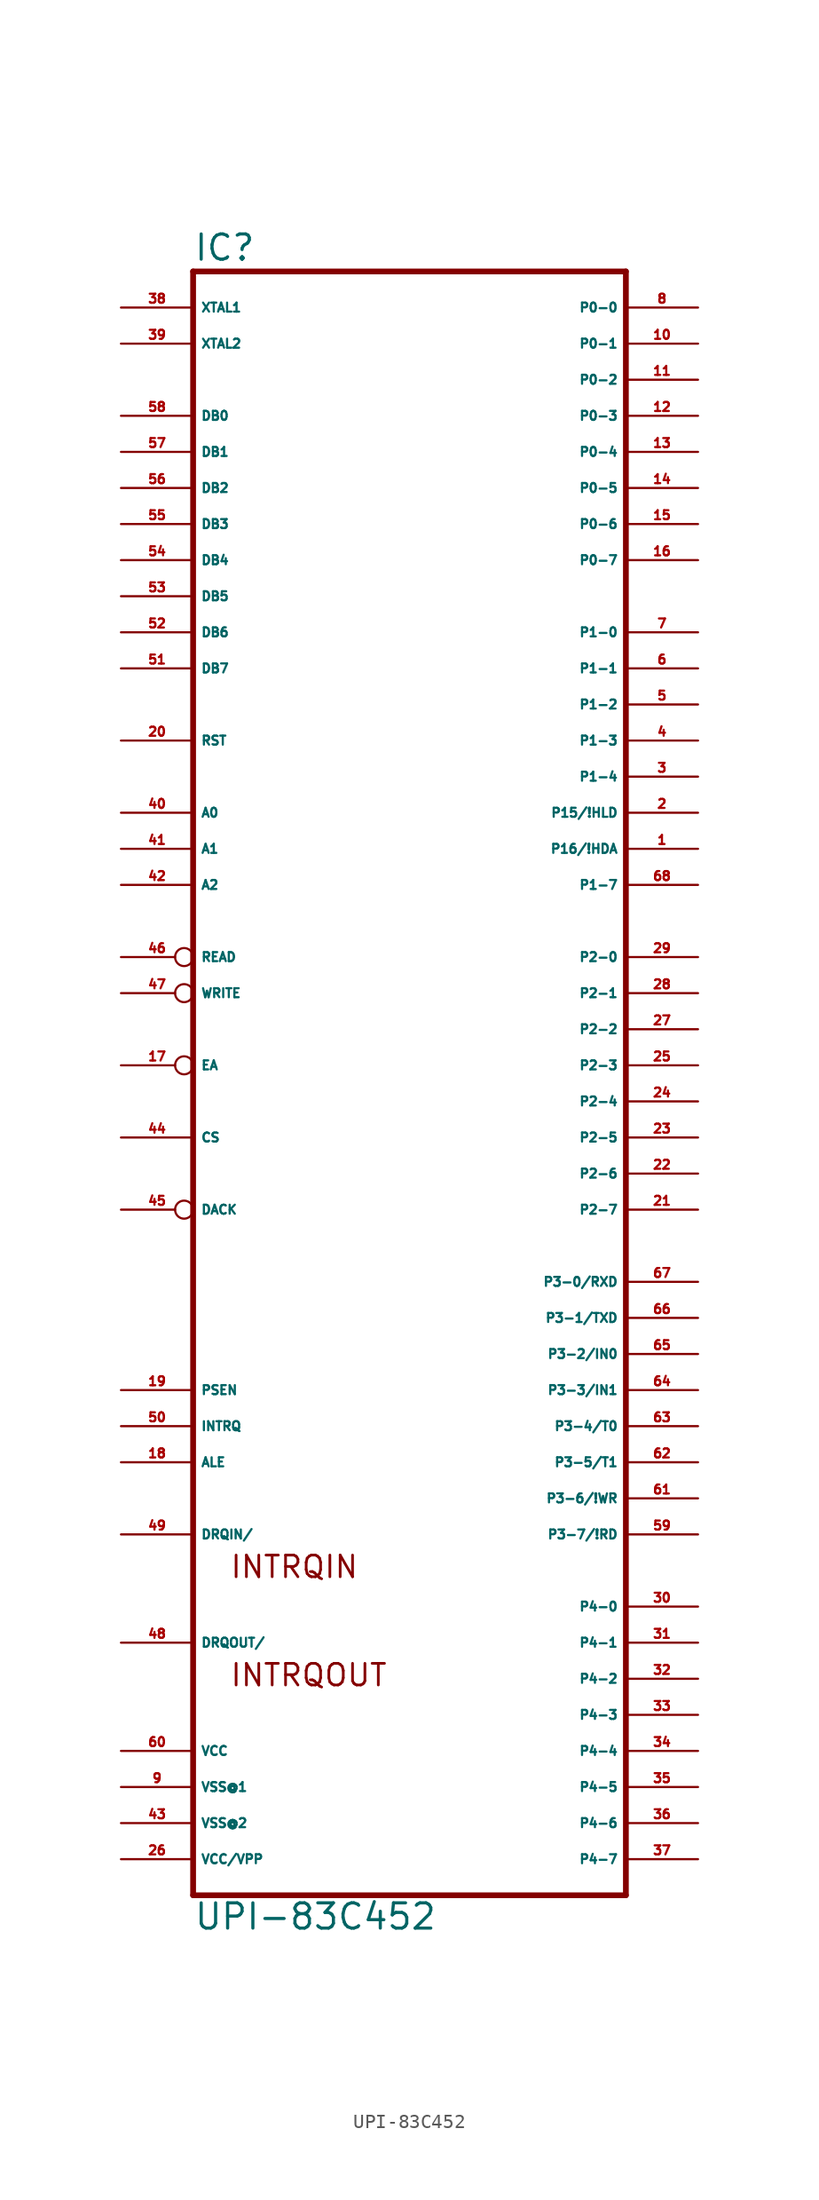
<source format=kicad_sym>
(kicad_symbol_lib
  (version 20220914)
  (generator Eagle2Kicad)
  (symbol "UPI-83C452"
    (property "Reference" "IC"
      (at -15.24 53.975 0)
      (effects (font (size 1.778 1.778) (thickness 0.22)) (justify left bottom)))
    (property "Value" "UPI-83C452"
      (at -15.24 -63.5 0)
      (effects (font (size 1.778 1.778) (thickness 0.22)) (justify left bottom)))
    (polyline
      (pts (xy -15.24 -60.96) (xy 15.24 -60.96))
      (stroke (width 0.406) (type default))
      (fill (type none)))
    (polyline
      (pts (xy 15.24 53.34) (xy 15.24 -60.96))
      (stroke (width 0.406) (type default))
      (fill (type none)))
    (polyline
      (pts (xy 15.24 53.34) (xy -15.24 53.34))
      (stroke (width 0.406) (type default))
      (fill (type none)))
    (polyline
      (pts (xy -15.24 -60.96) (xy -15.24 53.34))
      (stroke (width 0.406) (type default))
      (fill (type none)))
    (text "INTRQIN"
      (at -12.7 -38.735 0)
      (effects (font (size 1.524 1.524) (thickness 0.19)) (justify left bottom)))
    (text "INTRQOUT"
      (at -12.7 -46.355 0)
      (effects (font (size 1.524 1.524) (thickness 0.19)) (justify left bottom)))
    (pin input line
      (at -20.32 50.8 0)
      (length 5.08)
      (name "XTAL1" (effects (font (size 0.635 0.635) (thickness 0.08)) (justify left bottom)))
      (number "38" (effects (font (size 0.635 0.635) (thickness 0.08)) (justify left bottom))))
    (pin output line
      (at -20.32 48.26 0)
      (length 5.08)
      (name "XTAL2" (effects (font (size 0.635 0.635) (thickness 0.08)) (justify left bottom)))
      (number "39" (effects (font (size 0.635 0.635) (thickness 0.08)) (justify left bottom))))
    (pin bidirectional line
      (at -20.32 43.18 0)
      (length 5.08)
      (name "DB0" (effects (font (size 0.635 0.635) (thickness 0.08)) (justify left bottom)))
      (number "58" (effects (font (size 0.635 0.635) (thickness 0.08)) (justify left bottom))))
    (pin bidirectional line
      (at -20.32 40.64 0)
      (length 5.08)
      (name "DB1" (effects (font (size 0.635 0.635) (thickness 0.08)) (justify left bottom)))
      (number "57" (effects (font (size 0.635 0.635) (thickness 0.08)) (justify left bottom))))
    (pin bidirectional line
      (at -20.32 38.1 0)
      (length 5.08)
      (name "DB2" (effects (font (size 0.635 0.635) (thickness 0.08)) (justify left bottom)))
      (number "56" (effects (font (size 0.635 0.635) (thickness 0.08)) (justify left bottom))))
    (pin bidirectional line
      (at -20.32 35.56 0)
      (length 5.08)
      (name "DB3" (effects (font (size 0.635 0.635) (thickness 0.08)) (justify left bottom)))
      (number "55" (effects (font (size 0.635 0.635) (thickness 0.08)) (justify left bottom))))
    (pin bidirectional line
      (at -20.32 33.02 0)
      (length 5.08)
      (name "DB4" (effects (font (size 0.635 0.635) (thickness 0.08)) (justify left bottom)))
      (number "54" (effects (font (size 0.635 0.635) (thickness 0.08)) (justify left bottom))))
    (pin bidirectional line
      (at -20.32 30.48 0)
      (length 5.08)
      (name "DB5" (effects (font (size 0.635 0.635) (thickness 0.08)) (justify left bottom)))
      (number "53" (effects (font (size 0.635 0.635) (thickness 0.08)) (justify left bottom))))
    (pin bidirectional line
      (at -20.32 27.94 0)
      (length 5.08)
      (name "DB6" (effects (font (size 0.635 0.635) (thickness 0.08)) (justify left bottom)))
      (number "52" (effects (font (size 0.635 0.635) (thickness 0.08)) (justify left bottom))))
    (pin bidirectional line
      (at -20.32 25.4 0)
      (length 5.08)
      (name "DB7" (effects (font (size 0.635 0.635) (thickness 0.08)) (justify left bottom)))
      (number "51" (effects (font (size 0.635 0.635) (thickness 0.08)) (justify left bottom))))
    (pin input line
      (at -20.32 20.32 0)
      (length 5.08)
      (name "RST" (effects (font (size 0.635 0.635) (thickness 0.08)) (justify left bottom)))
      (number "20" (effects (font (size 0.635 0.635) (thickness 0.08)) (justify left bottom))))
    (pin input line
      (at -20.32 15.24 0)
      (length 5.08)
      (name "A0" (effects (font (size 0.635 0.635) (thickness 0.08)) (justify left bottom)))
      (number "40" (effects (font (size 0.635 0.635) (thickness 0.08)) (justify left bottom))))
    (pin input line
      (at -20.32 12.7 0)
      (length 5.08)
      (name "A1" (effects (font (size 0.635 0.635) (thickness 0.08)) (justify left bottom)))
      (number "41" (effects (font (size 0.635 0.635) (thickness 0.08)) (justify left bottom))))
    (pin input line
      (at -20.32 10.16 0)
      (length 5.08)
      (name "A2" (effects (font (size 0.635 0.635) (thickness 0.08)) (justify left bottom)))
      (number "42" (effects (font (size 0.635 0.635) (thickness 0.08)) (justify left bottom))))
    (pin input inverted
      (at -20.32 5.08 0)
      (length 5.08)
      (name "READ" (effects (font (size 0.635 0.635) (thickness 0.08)) (justify left bottom)))
      (number "46" (effects (font (size 0.635 0.635) (thickness 0.08)) (justify left bottom))))
    (pin input inverted
      (at -20.32 2.54 0)
      (length 5.08)
      (name "WRITE" (effects (font (size 0.635 0.635) (thickness 0.08)) (justify left bottom)))
      (number "47" (effects (font (size 0.635 0.635) (thickness 0.08)) (justify left bottom))))
    (pin input inverted
      (at -20.32 -2.54 0)
      (length 5.08)
      (name "EA" (effects (font (size 0.635 0.635) (thickness 0.08)) (justify left bottom)))
      (number "17" (effects (font (size 0.635 0.635) (thickness 0.08)) (justify left bottom))))
    (pin input line
      (at -20.32 -7.62 0)
      (length 5.08)
      (name "CS" (effects (font (size 0.635 0.635) (thickness 0.08)) (justify left bottom)))
      (number "44" (effects (font (size 0.635 0.635) (thickness 0.08)) (justify left bottom))))
    (pin bidirectional line
      (at 20.32 50.8 180)
      (length 5.08)
      (name "P0-0" (effects (font (size 0.635 0.635) (thickness 0.08)) (justify left bottom)))
      (number "8" (effects (font (size 0.635 0.635) (thickness 0.08)) (justify left bottom))))
    (pin bidirectional line
      (at 20.32 48.26 180)
      (length 5.08)
      (name "P0-1" (effects (font (size 0.635 0.635) (thickness 0.08)) (justify left bottom)))
      (number "10" (effects (font (size 0.635 0.635) (thickness 0.08)) (justify left bottom))))
    (pin bidirectional line
      (at 20.32 45.72 180)
      (length 5.08)
      (name "P0-2" (effects (font (size 0.635 0.635) (thickness 0.08)) (justify left bottom)))
      (number "11" (effects (font (size 0.635 0.635) (thickness 0.08)) (justify left bottom))))
    (pin bidirectional line
      (at 20.32 43.18 180)
      (length 5.08)
      (name "P0-3" (effects (font (size 0.635 0.635) (thickness 0.08)) (justify left bottom)))
      (number "12" (effects (font (size 0.635 0.635) (thickness 0.08)) (justify left bottom))))
    (pin bidirectional line
      (at 20.32 40.64 180)
      (length 5.08)
      (name "P0-4" (effects (font (size 0.635 0.635) (thickness 0.08)) (justify left bottom)))
      (number "13" (effects (font (size 0.635 0.635) (thickness 0.08)) (justify left bottom))))
    (pin bidirectional line
      (at 20.32 38.1 180)
      (length 5.08)
      (name "P0-5" (effects (font (size 0.635 0.635) (thickness 0.08)) (justify left bottom)))
      (number "14" (effects (font (size 0.635 0.635) (thickness 0.08)) (justify left bottom))))
    (pin bidirectional line
      (at 20.32 35.56 180)
      (length 5.08)
      (name "P0-6" (effects (font (size 0.635 0.635) (thickness 0.08)) (justify left bottom)))
      (number "15" (effects (font (size 0.635 0.635) (thickness 0.08)) (justify left bottom))))
    (pin bidirectional line
      (at 20.32 33.02 180)
      (length 5.08)
      (name "P0-7" (effects (font (size 0.635 0.635) (thickness 0.08)) (justify left bottom)))
      (number "16" (effects (font (size 0.635 0.635) (thickness 0.08)) (justify left bottom))))
    (pin bidirectional line
      (at 20.32 27.94 180)
      (length 5.08)
      (name "P1-0" (effects (font (size 0.635 0.635) (thickness 0.08)) (justify left bottom)))
      (number "7" (effects (font (size 0.635 0.635) (thickness 0.08)) (justify left bottom))))
    (pin bidirectional line
      (at 20.32 25.4 180)
      (length 5.08)
      (name "P1-1" (effects (font (size 0.635 0.635) (thickness 0.08)) (justify left bottom)))
      (number "6" (effects (font (size 0.635 0.635) (thickness 0.08)) (justify left bottom))))
    (pin bidirectional line
      (at 20.32 22.86 180)
      (length 5.08)
      (name "P1-2" (effects (font (size 0.635 0.635) (thickness 0.08)) (justify left bottom)))
      (number "5" (effects (font (size 0.635 0.635) (thickness 0.08)) (justify left bottom))))
    (pin bidirectional line
      (at 20.32 20.32 180)
      (length 5.08)
      (name "P1-3" (effects (font (size 0.635 0.635) (thickness 0.08)) (justify left bottom)))
      (number "4" (effects (font (size 0.635 0.635) (thickness 0.08)) (justify left bottom))))
    (pin bidirectional line
      (at 20.32 17.78 180)
      (length 5.08)
      (name "P1-4" (effects (font (size 0.635 0.635) (thickness 0.08)) (justify left bottom)))
      (number "3" (effects (font (size 0.635 0.635) (thickness 0.08)) (justify left bottom))))
    (pin bidirectional line
      (at 20.32 15.24 180)
      (length 5.08)
      (name "P15/!HLD" (effects (font (size 0.635 0.635) (thickness 0.08)) (justify left bottom)))
      (number "2" (effects (font (size 0.635 0.635) (thickness 0.08)) (justify left bottom))))
    (pin bidirectional line
      (at 20.32 12.7 180)
      (length 5.08)
      (name "P16/!HDA" (effects (font (size 0.635 0.635) (thickness 0.08)) (justify left bottom)))
      (number "1" (effects (font (size 0.635 0.635) (thickness 0.08)) (justify left bottom))))
    (pin bidirectional line
      (at 20.32 10.16 180)
      (length 5.08)
      (name "P1-7" (effects (font (size 0.635 0.635) (thickness 0.08)) (justify left bottom)))
      (number "68" (effects (font (size 0.635 0.635) (thickness 0.08)) (justify left bottom))))
    (pin bidirectional line
      (at 20.32 5.08 180)
      (length 5.08)
      (name "P2-0" (effects (font (size 0.635 0.635) (thickness 0.08)) (justify left bottom)))
      (number "29" (effects (font (size 0.635 0.635) (thickness 0.08)) (justify left bottom))))
    (pin bidirectional line
      (at 20.32 2.54 180)
      (length 5.08)
      (name "P2-1" (effects (font (size 0.635 0.635) (thickness 0.08)) (justify left bottom)))
      (number "28" (effects (font (size 0.635 0.635) (thickness 0.08)) (justify left bottom))))
    (pin bidirectional line
      (at 20.32 0 180)
      (length 5.08)
      (name "P2-2" (effects (font (size 0.635 0.635) (thickness 0.08)) (justify left bottom)))
      (number "27" (effects (font (size 0.635 0.635) (thickness 0.08)) (justify left bottom))))
    (pin bidirectional line
      (at 20.32 -2.54 180)
      (length 5.08)
      (name "P2-3" (effects (font (size 0.635 0.635) (thickness 0.08)) (justify left bottom)))
      (number "25" (effects (font (size 0.635 0.635) (thickness 0.08)) (justify left bottom))))
    (pin bidirectional line
      (at 20.32 -5.08 180)
      (length 5.08)
      (name "P2-4" (effects (font (size 0.635 0.635) (thickness 0.08)) (justify left bottom)))
      (number "24" (effects (font (size 0.635 0.635) (thickness 0.08)) (justify left bottom))))
    (pin bidirectional line
      (at 20.32 -7.62 180)
      (length 5.08)
      (name "P2-5" (effects (font (size 0.635 0.635) (thickness 0.08)) (justify left bottom)))
      (number "23" (effects (font (size 0.635 0.635) (thickness 0.08)) (justify left bottom))))
    (pin bidirectional line
      (at 20.32 -10.16 180)
      (length 5.08)
      (name "P2-6" (effects (font (size 0.635 0.635) (thickness 0.08)) (justify left bottom)))
      (number "22" (effects (font (size 0.635 0.635) (thickness 0.08)) (justify left bottom))))
    (pin bidirectional line
      (at 20.32 -12.7 180)
      (length 5.08)
      (name "P2-7" (effects (font (size 0.635 0.635) (thickness 0.08)) (justify left bottom)))
      (number "21" (effects (font (size 0.635 0.635) (thickness 0.08)) (justify left bottom))))
    (pin bidirectional line
      (at 20.32 -17.78 180)
      (length 5.08)
      (name "P3-0/RXD" (effects (font (size 0.635 0.635) (thickness 0.08)) (justify left bottom)))
      (number "67" (effects (font (size 0.635 0.635) (thickness 0.08)) (justify left bottom))))
    (pin bidirectional line
      (at 20.32 -20.32 180)
      (length 5.08)
      (name "P3-1/TXD" (effects (font (size 0.635 0.635) (thickness 0.08)) (justify left bottom)))
      (number "66" (effects (font (size 0.635 0.635) (thickness 0.08)) (justify left bottom))))
    (pin bidirectional line
      (at 20.32 -22.86 180)
      (length 5.08)
      (name "P3-2/IN0" (effects (font (size 0.635 0.635) (thickness 0.08)) (justify left bottom)))
      (number "65" (effects (font (size 0.635 0.635) (thickness 0.08)) (justify left bottom))))
    (pin bidirectional line
      (at 20.32 -25.4 180)
      (length 5.08)
      (name "P3-3/IN1" (effects (font (size 0.635 0.635) (thickness 0.08)) (justify left bottom)))
      (number "64" (effects (font (size 0.635 0.635) (thickness 0.08)) (justify left bottom))))
    (pin bidirectional line
      (at 20.32 -27.94 180)
      (length 5.08)
      (name "P3-4/T0" (effects (font (size 0.635 0.635) (thickness 0.08)) (justify left bottom)))
      (number "63" (effects (font (size 0.635 0.635) (thickness 0.08)) (justify left bottom))))
    (pin bidirectional line
      (at 20.32 -30.48 180)
      (length 5.08)
      (name "P3-5/T1" (effects (font (size 0.635 0.635) (thickness 0.08)) (justify left bottom)))
      (number "62" (effects (font (size 0.635 0.635) (thickness 0.08)) (justify left bottom))))
    (pin bidirectional line
      (at 20.32 -33.02 180)
      (length 5.08)
      (name "P3-6/!WR" (effects (font (size 0.635 0.635) (thickness 0.08)) (justify left bottom)))
      (number "61" (effects (font (size 0.635 0.635) (thickness 0.08)) (justify left bottom))))
    (pin bidirectional line
      (at 20.32 -35.56 180)
      (length 5.08)
      (name "P3-7/!RD" (effects (font (size 0.635 0.635) (thickness 0.08)) (justify left bottom)))
      (number "59" (effects (font (size 0.635 0.635) (thickness 0.08)) (justify left bottom))))
    (pin bidirectional line
      (at 20.32 -40.64 180)
      (length 5.08)
      (name "P4-0" (effects (font (size 0.635 0.635) (thickness 0.08)) (justify left bottom)))
      (number "30" (effects (font (size 0.635 0.635) (thickness 0.08)) (justify left bottom))))
    (pin bidirectional line
      (at 20.32 -43.18 180)
      (length 5.08)
      (name "P4-1" (effects (font (size 0.635 0.635) (thickness 0.08)) (justify left bottom)))
      (number "31" (effects (font (size 0.635 0.635) (thickness 0.08)) (justify left bottom))))
    (pin bidirectional line
      (at 20.32 -45.72 180)
      (length 5.08)
      (name "P4-2" (effects (font (size 0.635 0.635) (thickness 0.08)) (justify left bottom)))
      (number "32" (effects (font (size 0.635 0.635) (thickness 0.08)) (justify left bottom))))
    (pin bidirectional line
      (at 20.32 -48.26 180)
      (length 5.08)
      (name "P4-3" (effects (font (size 0.635 0.635) (thickness 0.08)) (justify left bottom)))
      (number "33" (effects (font (size 0.635 0.635) (thickness 0.08)) (justify left bottom))))
    (pin bidirectional line
      (at 20.32 -50.8 180)
      (length 5.08)
      (name "P4-4" (effects (font (size 0.635 0.635) (thickness 0.08)) (justify left bottom)))
      (number "34" (effects (font (size 0.635 0.635) (thickness 0.08)) (justify left bottom))))
    (pin bidirectional line
      (at 20.32 -53.34 180)
      (length 5.08)
      (name "P4-5" (effects (font (size 0.635 0.635) (thickness 0.08)) (justify left bottom)))
      (number "35" (effects (font (size 0.635 0.635) (thickness 0.08)) (justify left bottom))))
    (pin bidirectional line
      (at 20.32 -55.88 180)
      (length 5.08)
      (name "P4-6" (effects (font (size 0.635 0.635) (thickness 0.08)) (justify left bottom)))
      (number "36" (effects (font (size 0.635 0.635) (thickness 0.08)) (justify left bottom))))
    (pin bidirectional line
      (at 20.32 -58.42 180)
      (length 5.08)
      (name "P4-7" (effects (font (size 0.635 0.635) (thickness 0.08)) (justify left bottom)))
      (number "37" (effects (font (size 0.635 0.635) (thickness 0.08)) (justify left bottom))))
    (pin output line
      (at -20.32 -30.48 0)
      (length 5.08)
      (name "ALE" (effects (font (size 0.635 0.635) (thickness 0.08)) (justify left bottom)))
      (number "18" (effects (font (size 0.635 0.635) (thickness 0.08)) (justify left bottom))))
    (pin unspecified line
      (at -20.32 -50.8 0)
      (length 5.08)
      (name "VCC" (effects (font (size 0.635 0.635) (thickness 0.08)) (justify left bottom)))
      (number "60" (effects (font (size 0.635 0.635) (thickness 0.08)) (justify left bottom))))
    (pin unspecified line
      (at -20.32 -55.88 0)
      (length 5.08)
      (name "VSS@2" (effects (font (size 0.635 0.635) (thickness 0.08)) (justify left bottom)))
      (number "43" (effects (font (size 0.635 0.635) (thickness 0.08)) (justify left bottom))))
    (pin unspecified line
      (at -20.32 -58.42 0)
      (length 5.08)
      (name "VCC/VPP" (effects (font (size 0.635 0.635) (thickness 0.08)) (justify left bottom)))
      (number "26" (effects (font (size 0.635 0.635) (thickness 0.08)) (justify left bottom))))
    (pin input inverted
      (at -20.32 -12.7 0)
      (length 5.08)
      (name "DACK" (effects (font (size 0.635 0.635) (thickness 0.08)) (justify left bottom)))
      (number "45" (effects (font (size 0.635 0.635) (thickness 0.08)) (justify left bottom))))
    (pin output line
      (at -20.32 -35.56 0)
      (length 5.08)
      (name "DRQIN/" (effects (font (size 0.635 0.635) (thickness 0.08)) (justify left bottom)))
      (number "49" (effects (font (size 0.635 0.635) (thickness 0.08)) (justify left bottom))))
    (pin output line
      (at -20.32 -43.18 0)
      (length 5.08)
      (name "DRQOUT/" (effects (font (size 0.635 0.635) (thickness 0.08)) (justify left bottom)))
      (number "48" (effects (font (size 0.635 0.635) (thickness 0.08)) (justify left bottom))))
    (pin output line
      (at -20.32 -27.94 0)
      (length 5.08)
      (name "INTRQ" (effects (font (size 0.635 0.635) (thickness 0.08)) (justify left bottom)))
      (number "50" (effects (font (size 0.635 0.635) (thickness 0.08)) (justify left bottom))))
    (pin output line
      (at -20.32 -25.4 0)
      (length 5.08)
      (name "PSEN" (effects (font (size 0.635 0.635) (thickness 0.08)) (justify left bottom)))
      (number "19" (effects (font (size 0.635 0.635) (thickness 0.08)) (justify left bottom))))
    (pin unspecified line
      (at -20.32 -53.34 0)
      (length 5.08)
      (name "VSS@1" (effects (font (size 0.635 0.635) (thickness 0.08)) (justify left bottom)))
      (number "9" (effects (font (size 0.635 0.635) (thickness 0.08)) (justify left bottom))))))
</source>
